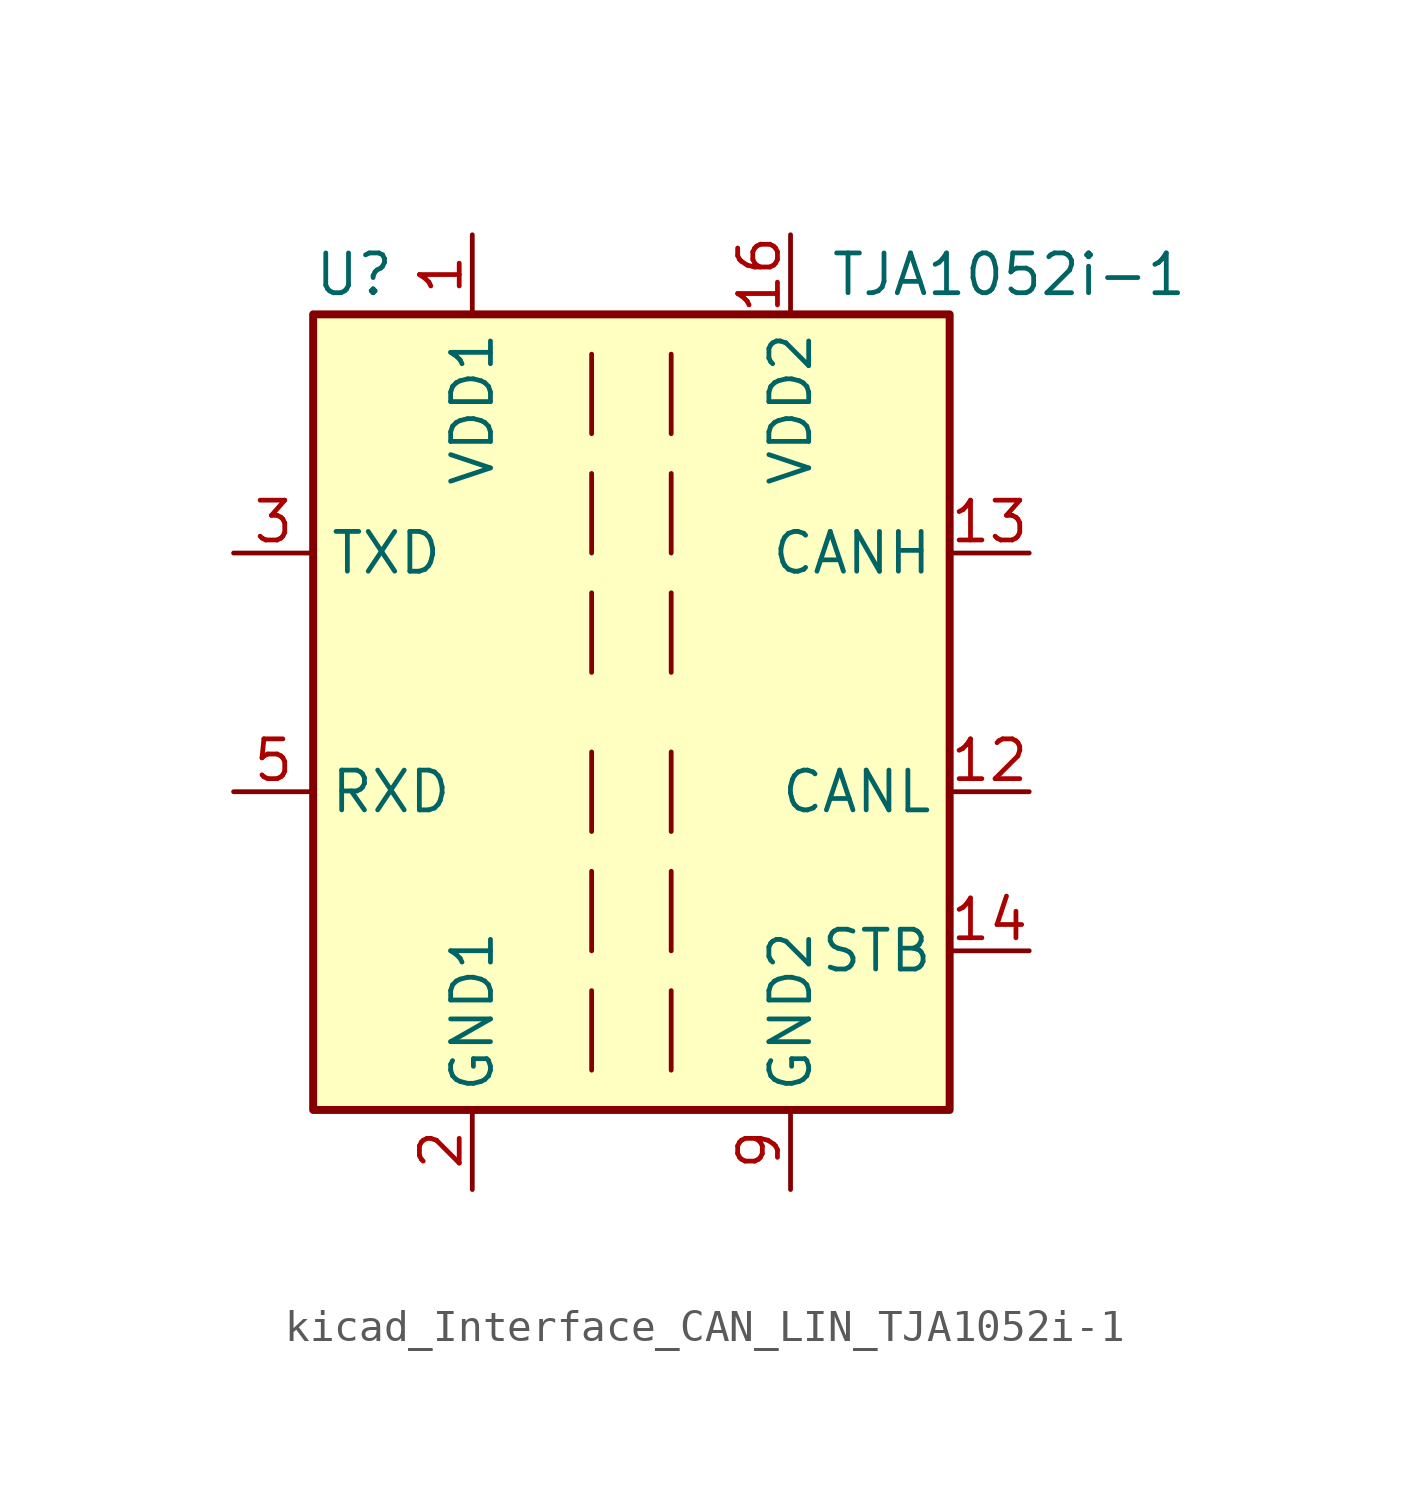
<source format=kicad_sym>
(kicad_symbol_lib
  (version 20220914)
  (generator kicad_symbol_editor)
  (symbol "kicad_Interface_CAN_LIN_TJA1052i-1"
    (property "Reference" "U"
      (at -10.16 13.97 0)
      (effects (font (size 1.27 1.27)) (justify left)))
    (property "Value" "TJA1052i-1"
      (at 17.78 13.97 0)
      (effects (font (size 1.27 1.27)) (justify right)))
    (symbol "kicad_Interface_CAN_LIN_TJA1052i-1_0_1"
      (rectangle (start -10.16 12.7) (end 10.16 -12.7) (stroke (width 0.254) (type default)) (fill (type background)))
      (polyline (pts (xy -1.27 -11.43) (xy -1.27 -8.89)) (stroke (width 0) (type default)) (fill (type none)))
      (polyline (pts (xy -1.27 3.81) (xy -1.27 1.27)) (stroke (width 0) (type default)) (fill (type none)))
      (polyline (pts (xy -1.27 7.62) (xy -1.27 5.08)) (stroke (width 0) (type default)) (fill (type none)))
      (polyline (pts (xy -1.27 11.43) (xy -1.27 8.89)) (stroke (width 0) (type default)) (fill (type none)))
      (polyline (pts (xy 1.27 -11.43) (xy 1.27 -8.89)) (stroke (width 0) (type default)) (fill (type none)))
      (polyline (pts (xy 1.27 -7.62) (xy 1.27 -5.08)) (stroke (width 0) (type default)) (fill (type none)))
      (polyline (pts (xy 1.27 -3.81) (xy 1.27 -1.27)) (stroke (width 0) (type default)) (fill (type none)))
      (polyline (pts (xy 1.27 1.27) (xy 1.27 3.81)) (stroke (width 0) (type default)) (fill (type none)))
      (polyline (pts (xy 1.27 5.08) (xy 1.27 7.62)) (stroke (width 0) (type default)) (fill (type none)))
      (polyline (pts (xy 1.27 8.89) (xy 1.27 11.43)) (stroke (width 0) (type default)) (fill (type none)))
      (polyline (pts (xy -1.27 -7.62) (xy -1.27 -6.35) (xy -1.27 -5.08)) (stroke (width 0) (type default)) (fill (type none)))
      (polyline (pts (xy -1.27 -3.81) (xy -1.27 -2.54) (xy -1.27 -1.27)) (stroke (width 0) (type default)) (fill (type none))))
    (symbol "kicad_Interface_CAN_LIN_TJA1052i-1_1_1"
      (pin power_in line (at -5.08 15.24 270) (length 2.54) (name "VDD1" (effects (font (size 1.27 1.27)))) (number "1" (effects (font (size 1.27 1.27)))))
      (pin passive line (at 5.08 -15.24 90) (length 2.54) hide (name "GND2" (effects (font (size 1.27 1.27)))) (number "10" (effects (font (size 1.27 1.27)))))
      (pin passive line (at 5.08 15.24 270) (length 2.54) hide (name "VDD2" (effects (font (size 1.27 1.27)))) (number "11" (effects (font (size 1.27 1.27)))))
      (pin bidirectional line (at 12.7 -2.54 180) (length 2.54) (name "CANL" (effects (font (size 1.27 1.27)))) (number "12" (effects (font (size 1.27 1.27)))))
      (pin bidirectional line (at 12.7 5.08 180) (length 2.54) (name "CANH" (effects (font (size 1.27 1.27)))) (number "13" (effects (font (size 1.27 1.27)))))
      (pin input line (at 12.7 -7.62 180) (length 2.54) (name "STB" (effects (font (size 1.27 1.27)))) (number "14" (effects (font (size 1.27 1.27)))))
      (pin passive line (at 5.08 -15.24 90) (length 2.54) hide (name "GND2" (effects (font (size 1.27 1.27)))) (number "15" (effects (font (size 1.27 1.27)))))
      (pin power_in line (at 5.08 15.24 270) (length 2.54) (name "VDD2" (effects (font (size 1.27 1.27)))) (number "16" (effects (font (size 1.27 1.27)))))
      (pin power_in line (at -5.08 -15.24 90) (length 2.54) (name "GND1" (effects (font (size 1.27 1.27)))) (number "2" (effects (font (size 1.27 1.27)))))
      (pin input line (at -12.7 5.08 0) (length 2.54) (name "TXD" (effects (font (size 1.27 1.27)))) (number "3" (effects (font (size 1.27 1.27)))))
      (pin no_connect line (at -10.16 -7.62 0) (length 2.54) hide (name "NC" (effects (font (size 1.27 1.27)))) (number "4" (effects (font (size 1.27 1.27)))))
      (pin output line (at -12.7 -2.54 0) (length 2.54) (name "RXD" (effects (font (size 1.27 1.27)))) (number "5" (effects (font (size 1.27 1.27)))))
      (pin no_connect line (at -10.16 -10.16 0) (length 2.54) hide (name "NC" (effects (font (size 1.27 1.27)))) (number "6" (effects (font (size 1.27 1.27)))))
      (pin passive line (at -5.08 -15.24 90) (length 2.54) hide (name "GND1" (effects (font (size 1.27 1.27)))) (number "7" (effects (font (size 1.27 1.27)))))
      (pin passive line (at -5.08 -15.24 90) (length 2.54) hide (name "GND1" (effects (font (size 1.27 1.27)))) (number "8" (effects (font (size 1.27 1.27)))))
      (pin power_in line (at 5.08 -15.24 90) (length 2.54) (name "GND2" (effects (font (size 1.27 1.27)))) (number "9" (effects (font (size 1.27 1.27))))))))
</source>
